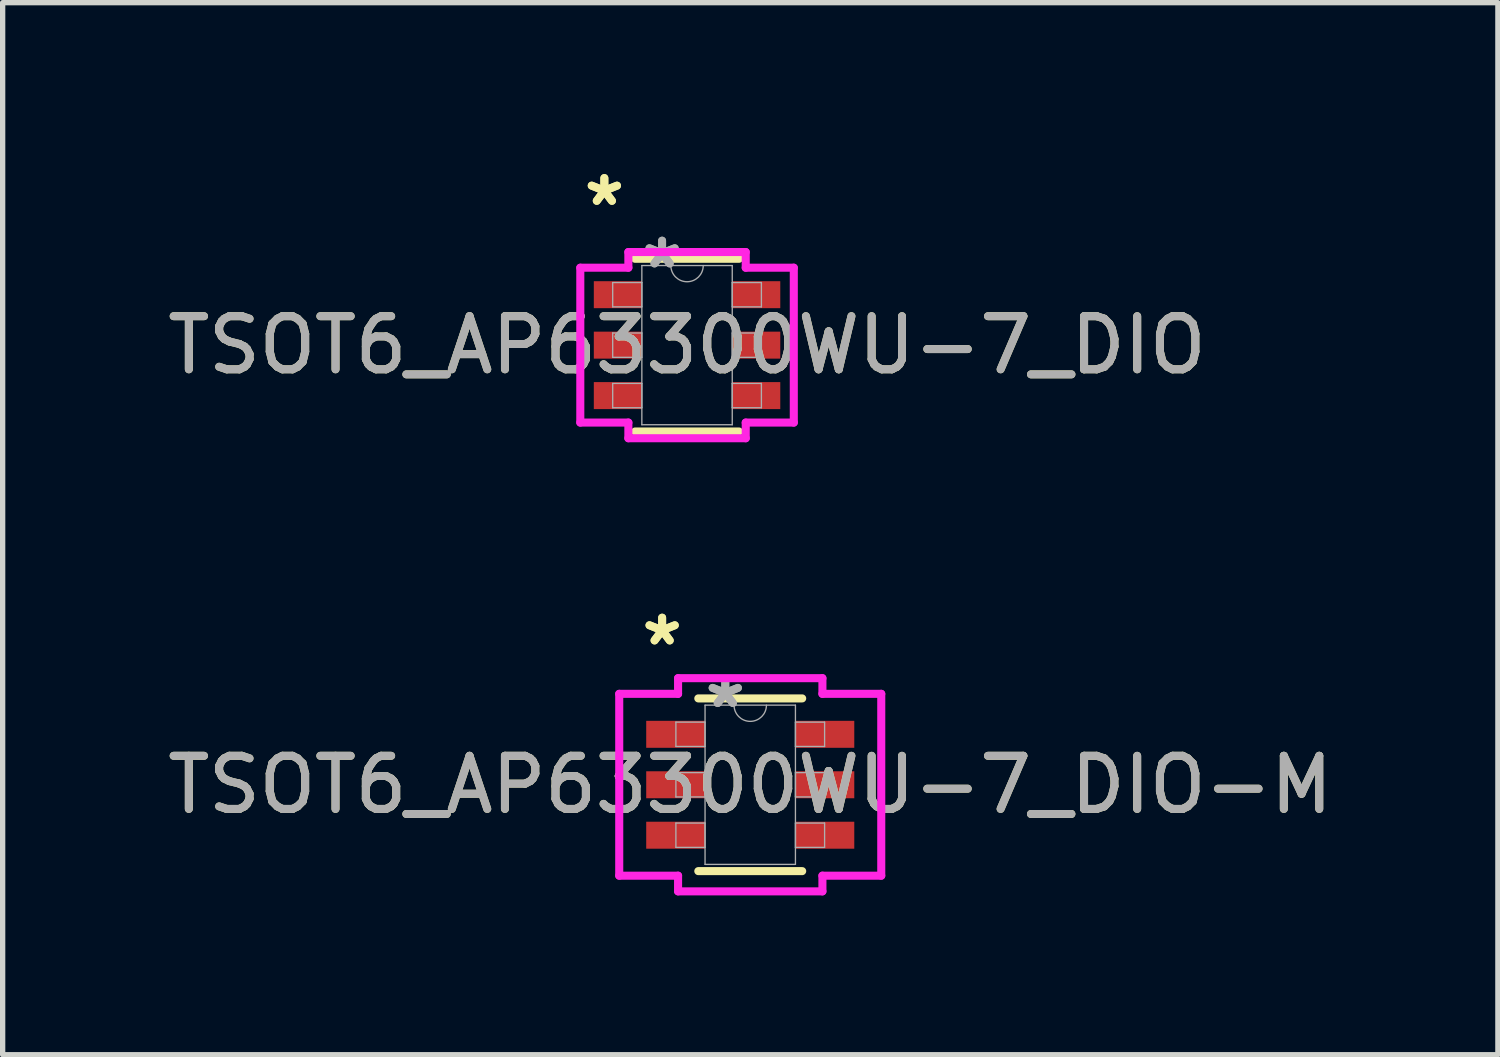
<source format=kicad_pcb>
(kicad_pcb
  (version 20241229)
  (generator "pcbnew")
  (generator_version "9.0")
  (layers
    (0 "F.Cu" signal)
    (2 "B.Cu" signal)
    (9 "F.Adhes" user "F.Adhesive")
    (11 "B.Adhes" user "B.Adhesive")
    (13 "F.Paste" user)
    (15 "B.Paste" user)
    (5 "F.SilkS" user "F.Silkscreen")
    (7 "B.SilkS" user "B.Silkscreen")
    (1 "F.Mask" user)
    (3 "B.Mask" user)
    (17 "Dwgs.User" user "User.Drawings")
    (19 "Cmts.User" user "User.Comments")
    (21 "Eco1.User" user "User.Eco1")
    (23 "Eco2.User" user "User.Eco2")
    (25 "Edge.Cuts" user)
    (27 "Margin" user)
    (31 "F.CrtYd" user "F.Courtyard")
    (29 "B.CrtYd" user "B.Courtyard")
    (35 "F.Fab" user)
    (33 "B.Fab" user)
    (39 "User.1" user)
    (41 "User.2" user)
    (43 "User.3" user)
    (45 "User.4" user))
  (footprint "TSOT6_AP63300WU-7_DIO"
    (layer "F.Cu")
    (at 9.887 3.449)
    (property "Reference" "TSOT6_AP63300WU-7_DIO" (at 0 0 0) (unlocked yes) (layer "F.SilkS") (effects (font (size 1 1) (thickness 0.15))))
    (attr smd)
    (fp_line (start -0.978 1.626) (end 0.978 1.626) (stroke (width 0.152) (type solid)) (layer "F.SilkS"))
    (fp_line (start 0.978 -1.626) (end -0.978 -1.626) (stroke (width 0.152) (type solid)) (layer "F.SilkS"))
    (fp_line (start -2.01 -1.458) (end -1.105 -1.458) (stroke (width 0.152) (type solid)) (layer "F.CrtYd"))
    (fp_line (start -2.01 1.458) (end -2.01 -1.458) (stroke (width 0.152) (type solid)) (layer "F.CrtYd"))
    (fp_line (start -2.01 1.458) (end -1.105 1.458) (stroke (width 0.152) (type solid)) (layer "F.CrtYd"))
    (fp_line (start -1.105 -1.753) (end 1.105 -1.753) (stroke (width 0.152) (type solid)) (layer "F.CrtYd"))
    (fp_line (start -1.105 -1.458) (end -1.105 -1.753) (stroke (width 0.152) (type solid)) (layer "F.CrtYd"))
    (fp_line (start -1.105 1.753) (end -1.105 1.458) (stroke (width 0.152) (type solid)) (layer "F.CrtYd"))
    (fp_line (start 1.105 -1.753) (end 1.105 -1.458) (stroke (width 0.152) (type solid)) (layer "F.CrtYd"))
    (fp_line (start 1.105 1.458) (end 1.105 1.753) (stroke (width 0.152) (type solid)) (layer "F.CrtYd"))
    (fp_line (start 1.105 1.753) (end -1.105 1.753) (stroke (width 0.152) (type solid)) (layer "F.CrtYd"))
    (fp_line (start 2.01 -1.458) (end 1.105 -1.458) (stroke (width 0.152) (type solid)) (layer "F.CrtYd"))
    (fp_line (start 2.01 -1.458) (end 2.01 1.458) (stroke (width 0.152) (type solid)) (layer "F.CrtYd"))
    (fp_line (start 2.01 1.458) (end 1.105 1.458) (stroke (width 0.152) (type solid)) (layer "F.CrtYd"))
    (fp_line (start -1.4 -1.179) (end -1.4 -0.721) (stroke (width 0.025) (type solid)) (layer "F.Fab"))
    (fp_line (start -1.4 -0.721) (end -0.851 -0.721) (stroke (width 0.025) (type solid)) (layer "F.Fab"))
    (fp_line (start -1.4 -0.229) (end -1.4 0.229) (stroke (width 0.025) (type solid)) (layer "F.Fab"))
    (fp_line (start -1.4 0.229) (end -0.851 0.229) (stroke (width 0.025) (type solid)) (layer "F.Fab"))
    (fp_line (start -1.4 0.721) (end -1.4 1.179) (stroke (width 0.025) (type solid)) (layer "F.Fab"))
    (fp_line (start -1.4 1.179) (end -0.851 1.179) (stroke (width 0.025) (type solid)) (layer "F.Fab"))
    (fp_line (start -0.851 -1.499) (end -0.851 1.499) (stroke (width 0.025) (type solid)) (layer "F.Fab"))
    (fp_line (start -0.851 -1.179) (end -1.4 -1.179) (stroke (width 0.025) (type solid)) (layer "F.Fab"))
    (fp_line (start -0.851 -0.721) (end -0.851 -1.179) (stroke (width 0.025) (type solid)) (layer "F.Fab"))
    (fp_line (start -0.851 -0.229) (end -1.4 -0.229) (stroke (width 0.025) (type solid)) (layer "F.Fab"))
    (fp_line (start -0.851 0.229) (end -0.851 -0.229) (stroke (width 0.025) (type solid)) (layer "F.Fab"))
    (fp_line (start -0.851 0.721) (end -1.4 0.721) (stroke (width 0.025) (type solid)) (layer "F.Fab"))
    (fp_line (start -0.851 1.179) (end -0.851 0.721) (stroke (width 0.025) (type solid)) (layer "F.Fab"))
    (fp_line (start -0.851 1.499) (end 0.851 1.499) (stroke (width 0.025) (type solid)) (layer "F.Fab"))
    (fp_line (start 0.851 -1.499) (end -0.851 -1.499) (stroke (width 0.025) (type solid)) (layer "F.Fab"))
    (fp_line (start 0.851 -1.179) (end 0.851 -0.721) (stroke (width 0.025) (type solid)) (layer "F.Fab"))
    (fp_line (start 0.851 -0.721) (end 1.4 -0.721) (stroke (width 0.025) (type solid)) (layer "F.Fab"))
    (fp_line (start 0.851 -0.229) (end 0.851 0.229) (stroke (width 0.025) (type solid)) (layer "F.Fab"))
    (fp_line (start 0.851 0.229) (end 1.4 0.229) (stroke (width 0.025) (type solid)) (layer "F.Fab"))
    (fp_line (start 0.851 0.721) (end 0.851 1.179) (stroke (width 0.025) (type solid)) (layer "F.Fab"))
    (fp_line (start 0.851 1.179) (end 1.4 1.179) (stroke (width 0.025) (type solid)) (layer "F.Fab"))
    (fp_line (start 0.851 1.499) (end 0.851 -1.499) (stroke (width 0.025) (type solid)) (layer "F.Fab"))
    (fp_line (start 1.4 -1.179) (end 0.851 -1.179) (stroke (width 0.025) (type solid)) (layer "F.Fab"))
    (fp_line (start 1.4 -0.721) (end 1.4 -1.179) (stroke (width 0.025) (type solid)) (layer "F.Fab"))
    (fp_line (start 1.4 -0.229) (end 0.851 -0.229) (stroke (width 0.025) (type solid)) (layer "F.Fab"))
    (fp_line (start 1.4 0.229) (end 1.4 -0.229) (stroke (width 0.025) (type solid)) (layer "F.Fab"))
    (fp_line (start 1.4 0.721) (end 0.851 0.721) (stroke (width 0.025) (type solid)) (layer "F.Fab"))
    (fp_line (start 1.4 1.179) (end 1.4 0.721) (stroke (width 0.025) (type solid)) (layer "F.Fab"))
    (fp_arc (start 0.3048 -1.4986) (mid 0 -1.1938) (end -0.3048 -1.4986) (stroke (width 0.0254) (type solid)) (layer "F.Fab"))
    (fp_text user "*" (at -1.557 -2.601 0) (unlocked yes) (layer "F.SilkS") (effects (font (size 1 1) (thickness 0.15))))
    (fp_text user "*" (at -1.557 -2.601 0) (layer "F.SilkS") (effects (font (size 1 1) (thickness 0.15))))
    (fp_text user "*" (at -0.47 -1.422 0) (layer "F.Fab") (effects (font (size 1 1) (thickness 0.15))))
    (fp_text user "*" (at -0.47 -1.422 0) (unlocked yes) (layer "F.Fab") (effects (font (size 1 1) (thickness 0.15))))
    (fp_text user "${REFERENCE}" (at 0 0 0) (unlocked yes) (layer "F.Fab") (effects (font (size 1 1) (thickness 0.15))))
    (pad "1" smd rect (at -1.303 -0.95) (size 0.905 0.508) (layers "F.Cu" "F.Mask" "F.Paste"))
    (pad "2" smd rect (at -1.303 0) (size 0.905 0.508) (layers "F.Cu" "F.Mask" "F.Paste"))
    (pad "3" smd rect (at -1.303 0.95) (size 0.905 0.508) (layers "F.Cu" "F.Mask" "F.Paste"))
    (pad "4" smd rect (at 1.303 0.95) (size 0.905 0.508) (layers "F.Cu" "F.Mask" "F.Paste"))
    (pad "5" smd rect (at 1.303 0) (size 0.905 0.508) (layers "F.Cu" "F.Mask" "F.Paste"))
    (pad "6" smd rect (at 1.303 -0.95) (size 0.905 0.508) (layers "F.Cu" "F.Mask" "F.Paste")))
  (footprint "TSOT6_AP63300WU-7_DIO-M"
    (layer "F.Cu")
    (at 11.077 11.727)
    (property "Reference" "TSOT6_AP63300WU-7_DIO-M" (at 0 0 0) (unlocked yes) (layer "F.SilkS") (effects (font (size 1 1) (thickness 0.15))))
    (attr smd)
    (fp_line (start -0.978 1.626) (end 0.978 1.626) (stroke (width 0.152) (type solid)) (layer "F.SilkS"))
    (fp_line (start 0.978 -1.626) (end -0.978 -1.626) (stroke (width 0.152) (type solid)) (layer "F.SilkS"))
    (fp_line (start -2.467 -1.712) (end -1.359 -1.712) (stroke (width 0.152) (type solid)) (layer "F.CrtYd"))
    (fp_line (start -2.467 1.712) (end -2.467 -1.712) (stroke (width 0.152) (type solid)) (layer "F.CrtYd"))
    (fp_line (start -2.467 1.712) (end -1.359 1.712) (stroke (width 0.152) (type solid)) (layer "F.CrtYd"))
    (fp_line (start -1.359 -2.007) (end 1.359 -2.007) (stroke (width 0.152) (type solid)) (layer "F.CrtYd"))
    (fp_line (start -1.359 -1.712) (end -1.359 -2.007) (stroke (width 0.152) (type solid)) (layer "F.CrtYd"))
    (fp_line (start -1.359 2.007) (end -1.359 1.712) (stroke (width 0.152) (type solid)) (layer "F.CrtYd"))
    (fp_line (start 1.359 -2.007) (end 1.359 -1.712) (stroke (width 0.152) (type solid)) (layer "F.CrtYd"))
    (fp_line (start 1.359 1.712) (end 1.359 2.007) (stroke (width 0.152) (type solid)) (layer "F.CrtYd"))
    (fp_line (start 1.359 2.007) (end -1.359 2.007) (stroke (width 0.152) (type solid)) (layer "F.CrtYd"))
    (fp_line (start 2.467 -1.712) (end 1.359 -1.712) (stroke (width 0.152) (type solid)) (layer "F.CrtYd"))
    (fp_line (start 2.467 -1.712) (end 2.467 1.712) (stroke (width 0.152) (type solid)) (layer "F.CrtYd"))
    (fp_line (start 2.467 1.712) (end 1.359 1.712) (stroke (width 0.152) (type solid)) (layer "F.CrtYd"))
    (fp_line (start -1.4 -1.179) (end -1.4 -0.721) (stroke (width 0.025) (type solid)) (layer "F.Fab"))
    (fp_line (start -1.4 -0.721) (end -0.851 -0.721) (stroke (width 0.025) (type solid)) (layer "F.Fab"))
    (fp_line (start -1.4 -0.229) (end -1.4 0.229) (stroke (width 0.025) (type solid)) (layer "F.Fab"))
    (fp_line (start -1.4 0.229) (end -0.851 0.229) (stroke (width 0.025) (type solid)) (layer "F.Fab"))
    (fp_line (start -1.4 0.721) (end -1.4 1.179) (stroke (width 0.025) (type solid)) (layer "F.Fab"))
    (fp_line (start -1.4 1.179) (end -0.851 1.179) (stroke (width 0.025) (type solid)) (layer "F.Fab"))
    (fp_line (start -0.851 -1.499) (end -0.851 1.499) (stroke (width 0.025) (type solid)) (layer "F.Fab"))
    (fp_line (start -0.851 -1.179) (end -1.4 -1.179) (stroke (width 0.025) (type solid)) (layer "F.Fab"))
    (fp_line (start -0.851 -0.721) (end -0.851 -1.179) (stroke (width 0.025) (type solid)) (layer "F.Fab"))
    (fp_line (start -0.851 -0.229) (end -1.4 -0.229) (stroke (width 0.025) (type solid)) (layer "F.Fab"))
    (fp_line (start -0.851 0.229) (end -0.851 -0.229) (stroke (width 0.025) (type solid)) (layer "F.Fab"))
    (fp_line (start -0.851 0.721) (end -1.4 0.721) (stroke (width 0.025) (type solid)) (layer "F.Fab"))
    (fp_line (start -0.851 1.179) (end -0.851 0.721) (stroke (width 0.025) (type solid)) (layer "F.Fab"))
    (fp_line (start -0.851 1.499) (end 0.851 1.499) (stroke (width 0.025) (type solid)) (layer "F.Fab"))
    (fp_line (start 0.851 -1.499) (end -0.851 -1.499) (stroke (width 0.025) (type solid)) (layer "F.Fab"))
    (fp_line (start 0.851 -1.179) (end 0.851 -0.721) (stroke (width 0.025) (type solid)) (layer "F.Fab"))
    (fp_line (start 0.851 -0.721) (end 1.4 -0.721) (stroke (width 0.025) (type solid)) (layer "F.Fab"))
    (fp_line (start 0.851 -0.229) (end 0.851 0.229) (stroke (width 0.025) (type solid)) (layer "F.Fab"))
    (fp_line (start 0.851 0.229) (end 1.4 0.229) (stroke (width 0.025) (type solid)) (layer "F.Fab"))
    (fp_line (start 0.851 0.721) (end 0.851 1.179) (stroke (width 0.025) (type solid)) (layer "F.Fab"))
    (fp_line (start 0.851 1.179) (end 1.4 1.179) (stroke (width 0.025) (type solid)) (layer "F.Fab"))
    (fp_line (start 0.851 1.499) (end 0.851 -1.499) (stroke (width 0.025) (type solid)) (layer "F.Fab"))
    (fp_line (start 1.4 -1.179) (end 0.851 -1.179) (stroke (width 0.025) (type solid)) (layer "F.Fab"))
    (fp_line (start 1.4 -0.721) (end 1.4 -1.179) (stroke (width 0.025) (type solid)) (layer "F.Fab"))
    (fp_line (start 1.4 -0.229) (end 0.851 -0.229) (stroke (width 0.025) (type solid)) (layer "F.Fab"))
    (fp_line (start 1.4 0.229) (end 1.4 -0.229) (stroke (width 0.025) (type solid)) (layer "F.Fab"))
    (fp_line (start 1.4 0.721) (end 0.851 0.721) (stroke (width 0.025) (type solid)) (layer "F.Fab"))
    (fp_line (start 1.4 1.179) (end 1.4 0.721) (stroke (width 0.025) (type solid)) (layer "F.Fab"))
    (fp_arc (start 0.3048 -1.4986) (mid 0 -1.1938) (end -0.3048 -1.4986) (stroke (width 0.0254) (type solid)) (layer "F.Fab"))
    (fp_text user "*" (at -1.659 -2.601 0) (unlocked yes) (layer "F.SilkS") (effects (font (size 1 1) (thickness 0.15))))
    (fp_text user "*" (at -1.659 -2.601 0) (layer "F.SilkS") (effects (font (size 1 1) (thickness 0.15))))
    (fp_text user "*" (at -0.47 -1.422 0) (unlocked yes) (layer "F.Fab") (effects (font (size 1 1) (thickness 0.15))))
    (fp_text user "*" (at -0.47 -1.422 0) (layer "F.Fab") (effects (font (size 1 1) (thickness 0.15))))
    (fp_text user "${REFERENCE}" (at 0 0 0) (unlocked yes) (layer "F.Fab") (effects (font (size 1 1) (thickness 0.15))))
    (pad "1" smd rect (at -1.405 -0.95) (size 1.108 0.508) (layers "F.Cu" "F.Mask" "F.Paste"))
    (pad "2" smd rect (at -1.405 0) (size 1.108 0.508) (layers "F.Cu" "F.Mask" "F.Paste"))
    (pad "3" smd rect (at -1.405 0.95) (size 1.108 0.508) (layers "F.Cu" "F.Mask" "F.Paste"))
    (pad "4" smd rect (at 1.405 0.95) (size 1.108 0.508) (layers "F.Cu" "F.Mask" "F.Paste"))
    (pad "5" smd rect (at 1.405 0) (size 1.108 0.508) (layers "F.Cu" "F.Mask" "F.Paste"))
    (pad "6" smd rect (at 1.405 -0.95) (size 1.108 0.508) (layers "F.Cu" "F.Mask" "F.Paste")))
  (gr_rect
    (start -3 -3)
    (end 25.155 16.81)
    (stroke (width 0.1) (type default))
    (fill no)
    (layer "Edge.Cuts")))
</source>
